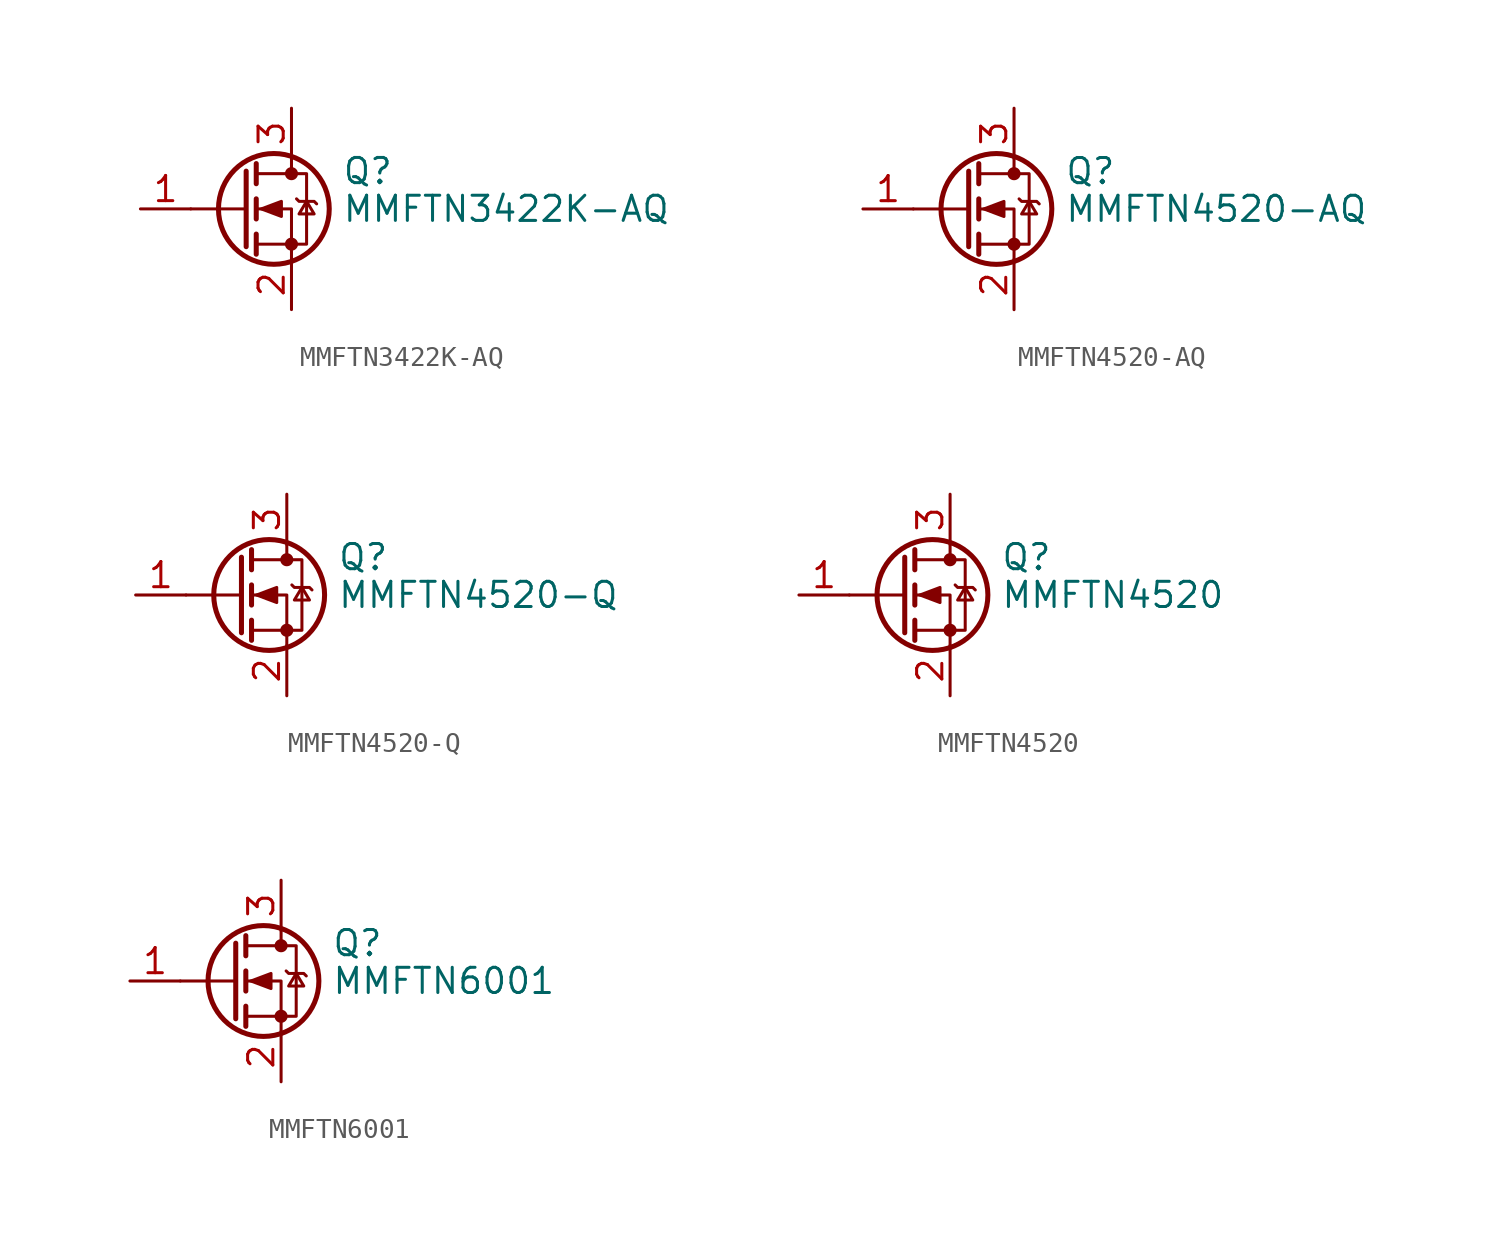
<source format=kicad_sym>
(kicad_symbol_lib
  (version 20241209)
  (generator "kicad_symbol_editor")
  (generator_version "9.0")
  (symbol "MMFTN3422K-AQ"
    (pin_names
      (hide yes))
    (property "Reference" "Q"
      (at 5.08 1.905 0)
      (effects (font (size 1.27 1.27)) (justify left)))
    (property "Value" "MMFTN3422K-AQ"
      (at 5.08 0 0)
      (effects (font (size 1.27 1.27)) (justify left)))
    (symbol "MMFTN3422K-AQ_0_1"
      (polyline (pts (xy 0.254 1.905) (xy 0.254 -1.905)) (stroke (width 0.254) (type default)) (fill (type none)))
      (polyline (pts (xy 0.254 0) (xy -2.54 0)) (stroke (width 0) (type default)) (fill (type none)))
      (polyline (pts (xy 0.762 2.286) (xy 0.762 1.27)) (stroke (width 0.254) (type default)) (fill (type none)))
      (polyline (pts (xy 0.762 0.508) (xy 0.762 -0.508)) (stroke (width 0.254) (type default)) (fill (type none)))
      (polyline (pts (xy 0.762 -1.27) (xy 0.762 -2.286)) (stroke (width 0.254) (type default)) (fill (type none)))
      (polyline (pts (xy 0.762 -1.778) (xy 3.302 -1.778) (xy 3.302 1.778) (xy 0.762 1.778)) (stroke (width 0) (type default)) (fill (type none)))
      (polyline (pts (xy 1.016 0) (xy 2.032 0.381) (xy 2.032 -0.381) (xy 1.016 0)) (stroke (width 0) (type default)) (fill (type outline)))
      (circle (center 1.651 0) (radius 2.794) (stroke (width 0.254) (type default)) (fill (type none)))
      (polyline (pts (xy 2.54 2.54) (xy 2.54 1.778)) (stroke (width 0) (type default)) (fill (type none)))
      (circle (center 2.54 1.778) (radius 0.254) (stroke (width 0) (type default)) (fill (type outline)))
      (circle (center 2.54 -1.778) (radius 0.254) (stroke (width 0) (type default)) (fill (type outline)))
      (polyline (pts (xy 2.54 -2.54) (xy 2.54 0) (xy 0.762 0)) (stroke (width 0) (type default)) (fill (type none)))
      (polyline (pts (xy 2.794 0.508) (xy 2.921 0.381) (xy 3.683 0.381) (xy 3.81 0.254)) (stroke (width 0) (type default)) (fill (type none)))
      (polyline (pts (xy 3.302 0.381) (xy 2.921 -0.254) (xy 3.683 -0.254) (xy 3.302 0.381)) (stroke (width 0) (type default)) (fill (type none))))
    (symbol "MMFTN3422K-AQ_1_1"
      (pin input line (at -5.08 0 0) (length 2.54) (name "G" (effects (font (size 1.27 1.27)))) (number "1" (effects (font (size 1.27 1.27)))))
      (pin passive line (at 2.54 5.08 270) (length 2.54) (name "D" (effects (font (size 1.27 1.27)))) (number "3" (effects (font (size 1.27 1.27)))))
      (pin passive line (at 2.54 -5.08 90) (length 2.54) (name "S" (effects (font (size 1.27 1.27)))) (number "2" (effects (font (size 1.27 1.27)))))))
  (symbol "MMFTN4520-AQ"
    (pin_names
      (hide yes))
    (property "Reference" "Q"
      (at 5.08 1.905 0)
      (effects (font (size 1.27 1.27)) (justify left)))
    (property "Value" "MMFTN4520-AQ"
      (at 5.08 0 0)
      (effects (font (size 1.27 1.27)) (justify left)))
    (symbol "MMFTN4520-AQ_0_1"
      (polyline (pts (xy 0.254 1.905) (xy 0.254 -1.905)) (stroke (width 0.254) (type default)) (fill (type none)))
      (polyline (pts (xy 0.254 0) (xy -2.54 0)) (stroke (width 0) (type default)) (fill (type none)))
      (polyline (pts (xy 0.762 2.286) (xy 0.762 1.27)) (stroke (width 0.254) (type default)) (fill (type none)))
      (polyline (pts (xy 0.762 0.508) (xy 0.762 -0.508)) (stroke (width 0.254) (type default)) (fill (type none)))
      (polyline (pts (xy 0.762 -1.27) (xy 0.762 -2.286)) (stroke (width 0.254) (type default)) (fill (type none)))
      (polyline (pts (xy 0.762 -1.778) (xy 3.302 -1.778) (xy 3.302 1.778) (xy 0.762 1.778)) (stroke (width 0) (type default)) (fill (type none)))
      (polyline (pts (xy 1.016 0) (xy 2.032 0.381) (xy 2.032 -0.381) (xy 1.016 0)) (stroke (width 0) (type default)) (fill (type outline)))
      (circle (center 1.651 0) (radius 2.794) (stroke (width 0.254) (type default)) (fill (type none)))
      (polyline (pts (xy 2.54 2.54) (xy 2.54 1.778)) (stroke (width 0) (type default)) (fill (type none)))
      (circle (center 2.54 1.778) (radius 0.254) (stroke (width 0) (type default)) (fill (type outline)))
      (circle (center 2.54 -1.778) (radius 0.254) (stroke (width 0) (type default)) (fill (type outline)))
      (polyline (pts (xy 2.54 -2.54) (xy 2.54 0) (xy 0.762 0)) (stroke (width 0) (type default)) (fill (type none)))
      (polyline (pts (xy 2.794 0.508) (xy 2.921 0.381) (xy 3.683 0.381) (xy 3.81 0.254)) (stroke (width 0) (type default)) (fill (type none)))
      (polyline (pts (xy 3.302 0.381) (xy 2.921 -0.254) (xy 3.683 -0.254) (xy 3.302 0.381)) (stroke (width 0) (type default)) (fill (type none))))
    (symbol "MMFTN4520-AQ_1_1"
      (pin input line (at -5.08 0 0) (length 2.54) (name "G" (effects (font (size 1.27 1.27)))) (number "1" (effects (font (size 1.27 1.27)))))
      (pin passive line (at 2.54 5.08 270) (length 2.54) (name "D" (effects (font (size 1.27 1.27)))) (number "3" (effects (font (size 1.27 1.27)))))
      (pin passive line (at 2.54 -5.08 90) (length 2.54) (name "S" (effects (font (size 1.27 1.27)))) (number "2" (effects (font (size 1.27 1.27)))))))
  (symbol "MMFTN4520-Q"
    (pin_names
      (hide yes))
    (property "Reference" "Q"
      (at 5.08 1.905 0)
      (effects (font (size 1.27 1.27)) (justify left)))
    (property "Value" "MMFTN4520-Q"
      (at 5.08 0 0)
      (effects (font (size 1.27 1.27)) (justify left)))
    (symbol "MMFTN4520-Q_0_1"
      (polyline (pts (xy 0.254 1.905) (xy 0.254 -1.905)) (stroke (width 0.254) (type default)) (fill (type none)))
      (polyline (pts (xy 0.254 0) (xy -2.54 0)) (stroke (width 0) (type default)) (fill (type none)))
      (polyline (pts (xy 0.762 2.286) (xy 0.762 1.27)) (stroke (width 0.254) (type default)) (fill (type none)))
      (polyline (pts (xy 0.762 0.508) (xy 0.762 -0.508)) (stroke (width 0.254) (type default)) (fill (type none)))
      (polyline (pts (xy 0.762 -1.27) (xy 0.762 -2.286)) (stroke (width 0.254) (type default)) (fill (type none)))
      (polyline (pts (xy 0.762 -1.778) (xy 3.302 -1.778) (xy 3.302 1.778) (xy 0.762 1.778)) (stroke (width 0) (type default)) (fill (type none)))
      (polyline (pts (xy 1.016 0) (xy 2.032 0.381) (xy 2.032 -0.381) (xy 1.016 0)) (stroke (width 0) (type default)) (fill (type outline)))
      (circle (center 1.651 0) (radius 2.794) (stroke (width 0.254) (type default)) (fill (type none)))
      (polyline (pts (xy 2.54 2.54) (xy 2.54 1.778)) (stroke (width 0) (type default)) (fill (type none)))
      (circle (center 2.54 1.778) (radius 0.254) (stroke (width 0) (type default)) (fill (type outline)))
      (circle (center 2.54 -1.778) (radius 0.254) (stroke (width 0) (type default)) (fill (type outline)))
      (polyline (pts (xy 2.54 -2.54) (xy 2.54 0) (xy 0.762 0)) (stroke (width 0) (type default)) (fill (type none)))
      (polyline (pts (xy 2.794 0.508) (xy 2.921 0.381) (xy 3.683 0.381) (xy 3.81 0.254)) (stroke (width 0) (type default)) (fill (type none)))
      (polyline (pts (xy 3.302 0.381) (xy 2.921 -0.254) (xy 3.683 -0.254) (xy 3.302 0.381)) (stroke (width 0) (type default)) (fill (type none))))
    (symbol "MMFTN4520-Q_1_1"
      (pin input line (at -5.08 0 0) (length 2.54) (name "G" (effects (font (size 1.27 1.27)))) (number "1" (effects (font (size 1.27 1.27)))))
      (pin passive line (at 2.54 5.08 270) (length 2.54) (name "D" (effects (font (size 1.27 1.27)))) (number "3" (effects (font (size 1.27 1.27)))))
      (pin passive line (at 2.54 -5.08 90) (length 2.54) (name "S" (effects (font (size 1.27 1.27)))) (number "2" (effects (font (size 1.27 1.27)))))))
  (symbol "MMFTN4520"
    (pin_names
      (hide yes))
    (property "Reference" "Q"
      (at 5.08 1.905 0)
      (effects (font (size 1.27 1.27)) (justify left)))
    (property "Value" "MMFTN4520"
      (at 5.08 0 0)
      (effects (font (size 1.27 1.27)) (justify left)))
    (symbol "MMFTN4520_0_1"
      (polyline (pts (xy 0.254 1.905) (xy 0.254 -1.905)) (stroke (width 0.254) (type default)) (fill (type none)))
      (polyline (pts (xy 0.254 0) (xy -2.54 0)) (stroke (width 0) (type default)) (fill (type none)))
      (polyline (pts (xy 0.762 2.286) (xy 0.762 1.27)) (stroke (width 0.254) (type default)) (fill (type none)))
      (polyline (pts (xy 0.762 0.508) (xy 0.762 -0.508)) (stroke (width 0.254) (type default)) (fill (type none)))
      (polyline (pts (xy 0.762 -1.27) (xy 0.762 -2.286)) (stroke (width 0.254) (type default)) (fill (type none)))
      (polyline (pts (xy 0.762 -1.778) (xy 3.302 -1.778) (xy 3.302 1.778) (xy 0.762 1.778)) (stroke (width 0) (type default)) (fill (type none)))
      (polyline (pts (xy 1.016 0) (xy 2.032 0.381) (xy 2.032 -0.381) (xy 1.016 0)) (stroke (width 0) (type default)) (fill (type outline)))
      (circle (center 1.651 0) (radius 2.794) (stroke (width 0.254) (type default)) (fill (type none)))
      (polyline (pts (xy 2.54 2.54) (xy 2.54 1.778)) (stroke (width 0) (type default)) (fill (type none)))
      (circle (center 2.54 1.778) (radius 0.254) (stroke (width 0) (type default)) (fill (type outline)))
      (circle (center 2.54 -1.778) (radius 0.254) (stroke (width 0) (type default)) (fill (type outline)))
      (polyline (pts (xy 2.54 -2.54) (xy 2.54 0) (xy 0.762 0)) (stroke (width 0) (type default)) (fill (type none)))
      (polyline (pts (xy 2.794 0.508) (xy 2.921 0.381) (xy 3.683 0.381) (xy 3.81 0.254)) (stroke (width 0) (type default)) (fill (type none)))
      (polyline (pts (xy 3.302 0.381) (xy 2.921 -0.254) (xy 3.683 -0.254) (xy 3.302 0.381)) (stroke (width 0) (type default)) (fill (type none))))
    (symbol "MMFTN4520_1_1"
      (pin input line (at -5.08 0 0) (length 2.54) (name "G" (effects (font (size 1.27 1.27)))) (number "1" (effects (font (size 1.27 1.27)))))
      (pin passive line (at 2.54 5.08 270) (length 2.54) (name "D" (effects (font (size 1.27 1.27)))) (number "3" (effects (font (size 1.27 1.27)))))
      (pin passive line (at 2.54 -5.08 90) (length 2.54) (name "S" (effects (font (size 1.27 1.27)))) (number "2" (effects (font (size 1.27 1.27)))))))
  (symbol "MMFTN6001"
    (pin_names
      (hide yes))
    (property "Reference" "Q"
      (at 5.08 1.905 0)
      (effects (font (size 1.27 1.27)) (justify left)))
    (property "Value" "MMFTN6001"
      (at 5.08 0 0)
      (effects (font (size 1.27 1.27)) (justify left)))
    (symbol "MMFTN6001_0_1"
      (polyline (pts (xy 0.254 1.905) (xy 0.254 -1.905)) (stroke (width 0.254) (type default)) (fill (type none)))
      (polyline (pts (xy 0.254 0) (xy -2.54 0)) (stroke (width 0) (type default)) (fill (type none)))
      (polyline (pts (xy 0.762 2.286) (xy 0.762 1.27)) (stroke (width 0.254) (type default)) (fill (type none)))
      (polyline (pts (xy 0.762 0.508) (xy 0.762 -0.508)) (stroke (width 0.254) (type default)) (fill (type none)))
      (polyline (pts (xy 0.762 -1.27) (xy 0.762 -2.286)) (stroke (width 0.254) (type default)) (fill (type none)))
      (polyline (pts (xy 0.762 -1.778) (xy 3.302 -1.778) (xy 3.302 1.778) (xy 0.762 1.778)) (stroke (width 0) (type default)) (fill (type none)))
      (polyline (pts (xy 1.016 0) (xy 2.032 0.381) (xy 2.032 -0.381) (xy 1.016 0)) (stroke (width 0) (type default)) (fill (type outline)))
      (circle (center 1.651 0) (radius 2.794) (stroke (width 0.254) (type default)) (fill (type none)))
      (polyline (pts (xy 2.54 2.54) (xy 2.54 1.778)) (stroke (width 0) (type default)) (fill (type none)))
      (circle (center 2.54 1.778) (radius 0.254) (stroke (width 0) (type default)) (fill (type outline)))
      (circle (center 2.54 -1.778) (radius 0.254) (stroke (width 0) (type default)) (fill (type outline)))
      (polyline (pts (xy 2.54 -2.54) (xy 2.54 0) (xy 0.762 0)) (stroke (width 0) (type default)) (fill (type none)))
      (polyline (pts (xy 2.794 0.508) (xy 2.921 0.381) (xy 3.683 0.381) (xy 3.81 0.254)) (stroke (width 0) (type default)) (fill (type none)))
      (polyline (pts (xy 3.302 0.381) (xy 2.921 -0.254) (xy 3.683 -0.254) (xy 3.302 0.381)) (stroke (width 0) (type default)) (fill (type none))))
    (symbol "MMFTN6001_1_1"
      (pin input line (at -5.08 0 0) (length 2.54) (name "G" (effects (font (size 1.27 1.27)))) (number "1" (effects (font (size 1.27 1.27)))))
      (pin passive line (at 2.54 5.08 270) (length 2.54) (name "D" (effects (font (size 1.27 1.27)))) (number "3" (effects (font (size 1.27 1.27)))))
      (pin passive line (at 2.54 -5.08 90) (length 2.54) (name "S" (effects (font (size 1.27 1.27)))) (number "2" (effects (font (size 1.27 1.27))))))))
</source>
